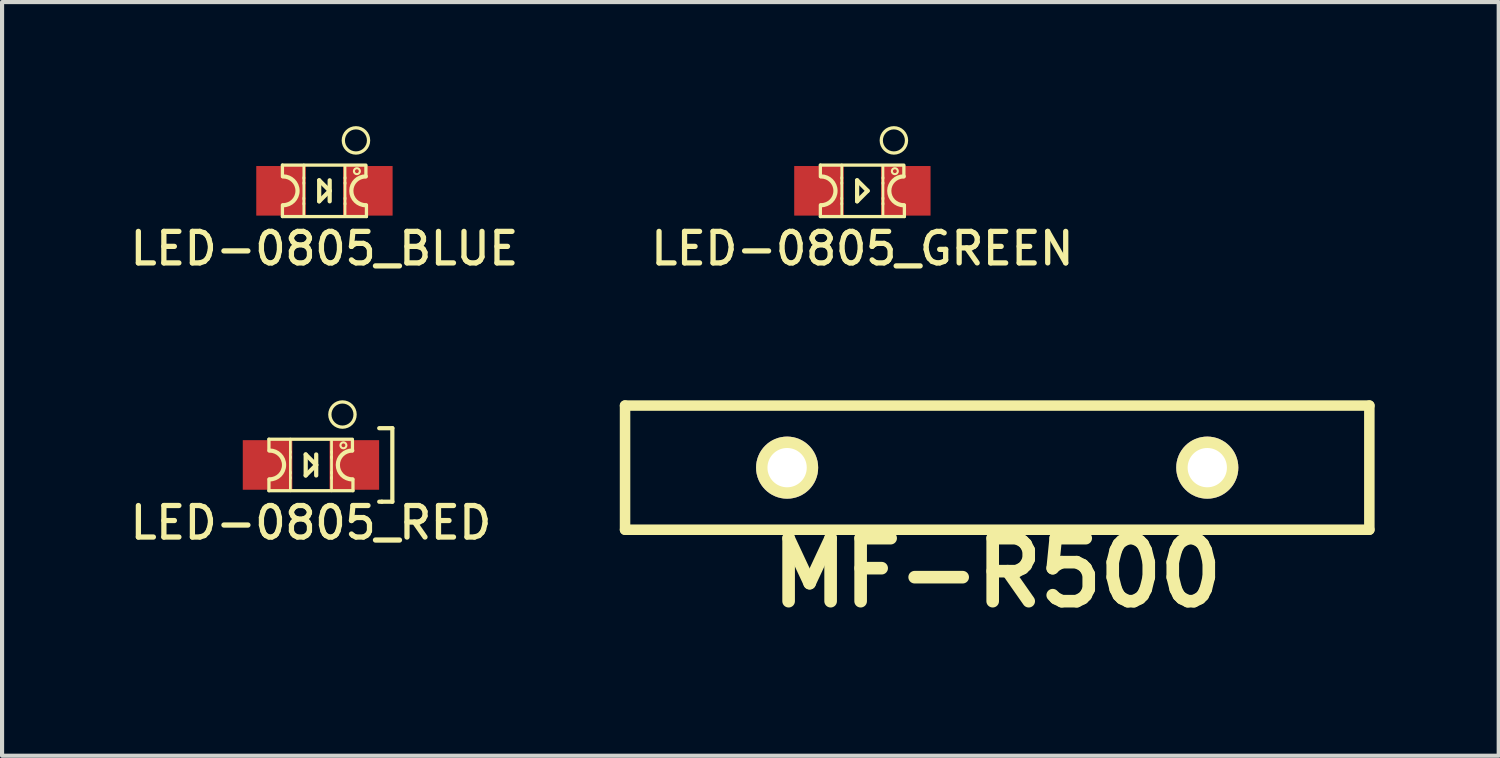
<source format=kicad_pcb>
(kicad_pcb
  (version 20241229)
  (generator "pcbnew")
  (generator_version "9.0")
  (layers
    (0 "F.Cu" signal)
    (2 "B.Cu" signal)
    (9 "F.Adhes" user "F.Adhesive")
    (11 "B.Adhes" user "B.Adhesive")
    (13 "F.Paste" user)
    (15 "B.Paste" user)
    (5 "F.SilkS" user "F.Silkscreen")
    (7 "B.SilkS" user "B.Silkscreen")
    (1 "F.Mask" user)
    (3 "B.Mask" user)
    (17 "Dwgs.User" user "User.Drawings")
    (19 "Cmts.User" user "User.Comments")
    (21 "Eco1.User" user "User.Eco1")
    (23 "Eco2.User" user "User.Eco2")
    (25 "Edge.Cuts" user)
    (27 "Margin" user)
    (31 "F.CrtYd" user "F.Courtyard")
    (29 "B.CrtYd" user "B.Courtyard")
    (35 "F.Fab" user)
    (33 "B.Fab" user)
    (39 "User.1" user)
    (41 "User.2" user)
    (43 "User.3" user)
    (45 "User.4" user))
  (footprint "LED-0805_RED"
    (layer "F.Cu")
    (at 4.469 8.193)
    (property "Reference" "LED-0805_RED" (at 0 1.397 0) (layer "F.SilkS") (effects (font (size 0.762 0.762) (thickness 0.127))))
    (attr smd)
    (fp_line (start -1.016 -0.622) (end -1.016 -0.343) (stroke (width 0.079) (type solid)) (layer "F.SilkS"))
    (fp_line (start -1.016 -0.622) (end 1.003 -0.622) (stroke (width 0.079) (type solid)) (layer "F.SilkS"))
    (fp_line (start -1.016 0.343) (end -1.016 0.622) (stroke (width 0.079) (type solid)) (layer "F.SilkS"))
    (fp_line (start -1.016 0.622) (end 1.016 0.622) (stroke (width 0.079) (type solid)) (layer "F.SilkS"))
    (fp_line (start -0.498 -0.625) (end -0.498 -0.3) (stroke (width 0.066) (type solid)) (layer "F.SilkS"))
    (fp_line (start -0.498 -0.323) (end -0.498 -0.173) (stroke (width 0.066) (type solid)) (layer "F.SilkS"))
    (fp_line (start -0.498 -0.198) (end -0.498 0.198) (stroke (width 0.066) (type solid)) (layer "F.SilkS"))
    (fp_line (start -0.498 0.173) (end -0.498 0.323) (stroke (width 0.066) (type solid)) (layer "F.SilkS"))
    (fp_line (start -0.498 0.3) (end -0.498 0.625) (stroke (width 0.066) (type solid)) (layer "F.SilkS"))
    (fp_line (start -0.127 -0.254) (end -0.127 0.254) (stroke (width 0.102) (type solid)) (layer "F.SilkS"))
    (fp_line (start -0.127 0.254) (end 0.127 0) (stroke (width 0.102) (type solid)) (layer "F.SilkS"))
    (fp_line (start 0.127 -0.254) (end 0.127 0.254) (stroke (width 0.102) (type solid)) (layer "F.SilkS"))
    (fp_line (start 0.127 0) (end -0.127 -0.254) (stroke (width 0.102) (type solid)) (layer "F.SilkS"))
    (fp_line (start 0.498 -0.599) (end 0.498 -0.3) (stroke (width 0.066) (type solid)) (layer "F.SilkS"))
    (fp_line (start 0.498 -0.323) (end 0.498 -0.173) (stroke (width 0.066) (type solid)) (layer "F.SilkS"))
    (fp_line (start 0.498 -0.198) (end 0.498 0.198) (stroke (width 0.066) (type solid)) (layer "F.SilkS"))
    (fp_line (start 0.498 0.173) (end 0.498 0.323) (stroke (width 0.066) (type solid)) (layer "F.SilkS"))
    (fp_line (start 0.498 0.3) (end 0.498 0.625) (stroke (width 0.066) (type solid)) (layer "F.SilkS"))
    (fp_line (start 1.003 -0.343) (end 1.003 -0.597) (stroke (width 0.079) (type solid)) (layer "F.SilkS"))
    (fp_line (start 1.016 0.343) (end 1.016 0.622) (stroke (width 0.079) (type solid)) (layer "F.SilkS"))
    (fp_line (start 1.651 0.889) (end 1.714 0.889) (stroke (width 0.102) (type solid)) (layer "F.SilkS"))
    (fp_line (start 1.714 0.889) (end 1.968 0.889) (stroke (width 0.102) (type solid)) (layer "F.SilkS"))
    (fp_line (start 1.968 -0.889) (end 1.651 -0.889) (stroke (width 0.102) (type solid)) (layer "F.SilkS"))
    (fp_line (start 1.968 -0.889) (end 1.968 0.889) (stroke (width 0.102) (type solid)) (layer "F.SilkS"))
    (fp_arc (start -0.99822 -0.34798) (mid -0.65024 0) (end -0.99822 0.34798) (stroke (width 0.1016) (type solid)) (layer "F.SilkS"))
    (fp_arc (start 0.99822 0.34798) (mid 0.65024 0) (end 0.99822 -0.34798) (stroke (width 0.1016) (type solid)) (layer "F.SilkS"))
    (fp_circle (center 0.762 -1.219) (end 1.054 -1.13) (stroke (width 0.079) (type solid)) (fill no) (layer "F.SilkS"))
    (fp_circle (center 0.785 -0.475) (end 0.836 -0.526) (stroke (width 0.051) (type solid)) (fill no) (layer "F.SilkS"))
    (pad "1" smd rect (at 1.049 0) (size 1.199 1.199) (layers "F.Cu" "F.Mask" "F.Paste"))
    (pad "2" smd rect (at -1.049 0) (size 1.199 1.199) (layers "F.Cu" "F.Mask" "F.Paste")))
  (footprint "LED-0805_GREEN"
    (layer "F.Cu")
    (at 17.803 1.564)
    (property "Reference" "LED-0805_GREEN" (at 0 1.397 0) (layer "F.SilkS") (effects (font (size 0.762 0.762) (thickness 0.127))))
    (attr smd)
    (fp_line (start -1.016 -0.622) (end -1.016 -0.343) (stroke (width 0.079) (type solid)) (layer "F.SilkS"))
    (fp_line (start -1.016 -0.622) (end 1.003 -0.622) (stroke (width 0.079) (type solid)) (layer "F.SilkS"))
    (fp_line (start -1.016 0.343) (end -1.016 0.622) (stroke (width 0.079) (type solid)) (layer "F.SilkS"))
    (fp_line (start -1.016 0.622) (end 1.016 0.622) (stroke (width 0.079) (type solid)) (layer "F.SilkS"))
    (fp_line (start -0.498 -0.625) (end -0.498 -0.3) (stroke (width 0.066) (type solid)) (layer "F.SilkS"))
    (fp_line (start -0.498 -0.323) (end -0.498 -0.173) (stroke (width 0.066) (type solid)) (layer "F.SilkS"))
    (fp_line (start -0.498 -0.198) (end -0.498 0.198) (stroke (width 0.066) (type solid)) (layer "F.SilkS"))
    (fp_line (start -0.498 0.173) (end -0.498 0.323) (stroke (width 0.066) (type solid)) (layer "F.SilkS"))
    (fp_line (start -0.498 0.3) (end -0.498 0.625) (stroke (width 0.066) (type solid)) (layer "F.SilkS"))
    (fp_line (start -0.127 -0.254) (end -0.127 0.127) (stroke (width 0.102) (type solid)) (layer "F.SilkS"))
    (fp_line (start -0.127 0.127) (end -0.127 0.254) (stroke (width 0.102) (type solid)) (layer "F.SilkS"))
    (fp_line (start -0.127 0.254) (end 0.127 0) (stroke (width 0.102) (type solid)) (layer "F.SilkS"))
    (fp_line (start 0.127 0) (end -0.127 -0.254) (stroke (width 0.102) (type solid)) (layer "F.SilkS"))
    (fp_line (start 0.498 -0.599) (end 0.498 -0.3) (stroke (width 0.066) (type solid)) (layer "F.SilkS"))
    (fp_line (start 0.498 -0.323) (end 0.498 -0.173) (stroke (width 0.066) (type solid)) (layer "F.SilkS"))
    (fp_line (start 0.498 -0.198) (end 0.498 0.198) (stroke (width 0.066) (type solid)) (layer "F.SilkS"))
    (fp_line (start 0.498 0.173) (end 0.498 0.323) (stroke (width 0.066) (type solid)) (layer "F.SilkS"))
    (fp_line (start 0.498 0.3) (end 0.498 0.625) (stroke (width 0.066) (type solid)) (layer "F.SilkS"))
    (fp_line (start 1.003 -0.343) (end 1.003 -0.597) (stroke (width 0.079) (type solid)) (layer "F.SilkS"))
    (fp_line (start 1.016 0.343) (end 1.016 0.622) (stroke (width 0.079) (type solid)) (layer "F.SilkS"))
    (fp_arc (start -0.99822 -0.34798) (mid -0.65024 0) (end -0.99822 0.34798) (stroke (width 0.1016) (type solid)) (layer "F.SilkS"))
    (fp_arc (start 0.99822 0.34798) (mid 0.65024 0) (end 0.99822 -0.34798) (stroke (width 0.1016) (type solid)) (layer "F.SilkS"))
    (fp_circle (center 0.762 -1.219) (end 1.054 -1.13) (stroke (width 0.079) (type solid)) (fill no) (layer "F.SilkS"))
    (fp_circle (center 0.785 -0.475) (end 0.836 -0.526) (stroke (width 0.051) (type solid)) (fill no) (layer "F.SilkS"))
    (pad "1" smd rect (at 1.049 0) (size 1.199 1.199) (layers "F.Cu" "F.Mask" "F.Paste"))
    (pad "2" smd rect (at -1.049 0) (size 1.199 1.199) (layers "F.Cu" "F.Mask" "F.Paste")))
  (footprint "LED-0805_BLUE"
    (layer "F.Cu")
    (at 4.795 1.564)
    (property "Reference" "LED-0805_BLUE" (at 0 1.397 0) (layer "F.SilkS") (effects (font (size 0.762 0.762) (thickness 0.127))))
    (attr smd)
    (fp_line (start -1.016 -0.622) (end -1.016 -0.343) (stroke (width 0.079) (type solid)) (layer "F.SilkS"))
    (fp_line (start -1.016 -0.622) (end 1.003 -0.622) (stroke (width 0.079) (type solid)) (layer "F.SilkS"))
    (fp_line (start -1.016 0.343) (end -1.016 0.622) (stroke (width 0.079) (type solid)) (layer "F.SilkS"))
    (fp_line (start -1.016 0.622) (end 1.016 0.622) (stroke (width 0.079) (type solid)) (layer "F.SilkS"))
    (fp_line (start -0.498 -0.625) (end -0.498 -0.3) (stroke (width 0.066) (type solid)) (layer "F.SilkS"))
    (fp_line (start -0.498 -0.323) (end -0.498 -0.173) (stroke (width 0.066) (type solid)) (layer "F.SilkS"))
    (fp_line (start -0.498 -0.198) (end -0.498 0.198) (stroke (width 0.066) (type solid)) (layer "F.SilkS"))
    (fp_line (start -0.498 0.173) (end -0.498 0.323) (stroke (width 0.066) (type solid)) (layer "F.SilkS"))
    (fp_line (start -0.498 0.3) (end -0.498 0.625) (stroke (width 0.066) (type solid)) (layer "F.SilkS"))
    (fp_line (start -0.127 -0.254) (end 0.127 0) (stroke (width 0.102) (type solid)) (layer "F.SilkS"))
    (fp_line (start -0.127 0.254) (end -0.127 -0.254) (stroke (width 0.102) (type solid)) (layer "F.SilkS"))
    (fp_line (start 0.127 -0.254) (end 0.127 0.254) (stroke (width 0.102) (type solid)) (layer "F.SilkS"))
    (fp_line (start 0.127 0) (end -0.127 0.254) (stroke (width 0.102) (type solid)) (layer "F.SilkS"))
    (fp_line (start 0.498 -0.599) (end 0.498 -0.3) (stroke (width 0.066) (type solid)) (layer "F.SilkS"))
    (fp_line (start 0.498 -0.323) (end 0.498 -0.173) (stroke (width 0.066) (type solid)) (layer "F.SilkS"))
    (fp_line (start 0.498 -0.198) (end 0.498 0.198) (stroke (width 0.066) (type solid)) (layer "F.SilkS"))
    (fp_line (start 0.498 0.173) (end 0.498 0.323) (stroke (width 0.066) (type solid)) (layer "F.SilkS"))
    (fp_line (start 0.498 0.3) (end 0.498 0.625) (stroke (width 0.066) (type solid)) (layer "F.SilkS"))
    (fp_line (start 1.003 -0.343) (end 1.003 -0.597) (stroke (width 0.079) (type solid)) (layer "F.SilkS"))
    (fp_line (start 1.016 0.343) (end 1.016 0.622) (stroke (width 0.079) (type solid)) (layer "F.SilkS"))
    (fp_arc (start -0.99822 -0.34798) (mid -0.65024 0) (end -0.99822 0.34798) (stroke (width 0.1016) (type solid)) (layer "F.SilkS"))
    (fp_arc (start 0.99822 0.34798) (mid 0.65024 0) (end 0.99822 -0.34798) (stroke (width 0.1016) (type solid)) (layer "F.SilkS"))
    (fp_circle (center 0.762 -1.219) (end 1.054 -1.13) (stroke (width 0.079) (type solid)) (fill no) (layer "F.SilkS"))
    (fp_circle (center 0.785 -0.475) (end 0.836 -0.526) (stroke (width 0.051) (type solid)) (fill no) (layer "F.SilkS"))
    (pad "1" smd rect (at 1.049 0) (size 1.199 1.199) (layers "F.Cu" "F.Mask" "F.Paste"))
    (pad "2" smd rect (at -1.049 0) (size 1.199 1.199) (layers "F.Cu" "F.Mask" "F.Paste")))
  (footprint "MF-R500"
    (layer "F.Cu")
    (at 21.063 8.258)
    (property "Reference" "MF-R500" (at 0 2.54 0) (layer "F.SilkS") (effects (font (size 1.524 1.524) (thickness 0.305))))
    (attr through_hole)
    (fp_line (start -8.999 -1.501) (end 8.999 -1.501) (stroke (width 0.254) (type solid)) (layer "F.SilkS"))
    (fp_line (start -8.999 1.501) (end -8.999 -1.501) (stroke (width 0.254) (type solid)) (layer "F.SilkS"))
    (fp_line (start 8.999 -1.501) (end 8.999 1.501) (stroke (width 0.254) (type solid)) (layer "F.SilkS"))
    (fp_line (start 8.999 1.501) (end -8.999 1.501) (stroke (width 0.254) (type solid)) (layer "F.SilkS"))
    (pad "1" thru_hole circle (at -5.08 0 90) (size 1.501 1.501) (drill 0.95) (layers "*.Cu" "*.Mask" "F.SilkS"))
    (pad "2" thru_hole circle (at 5.08 0 90) (size 1.501 1.501) (drill 0.95) (layers "*.Cu" "*.Mask" "F.SilkS")))
  (gr_rect
    (start -3 -3)
    (end 33.19 15.224)
    (stroke (width 0.1) (type default))
    (fill no)
    (layer "Edge.Cuts")))
</source>
